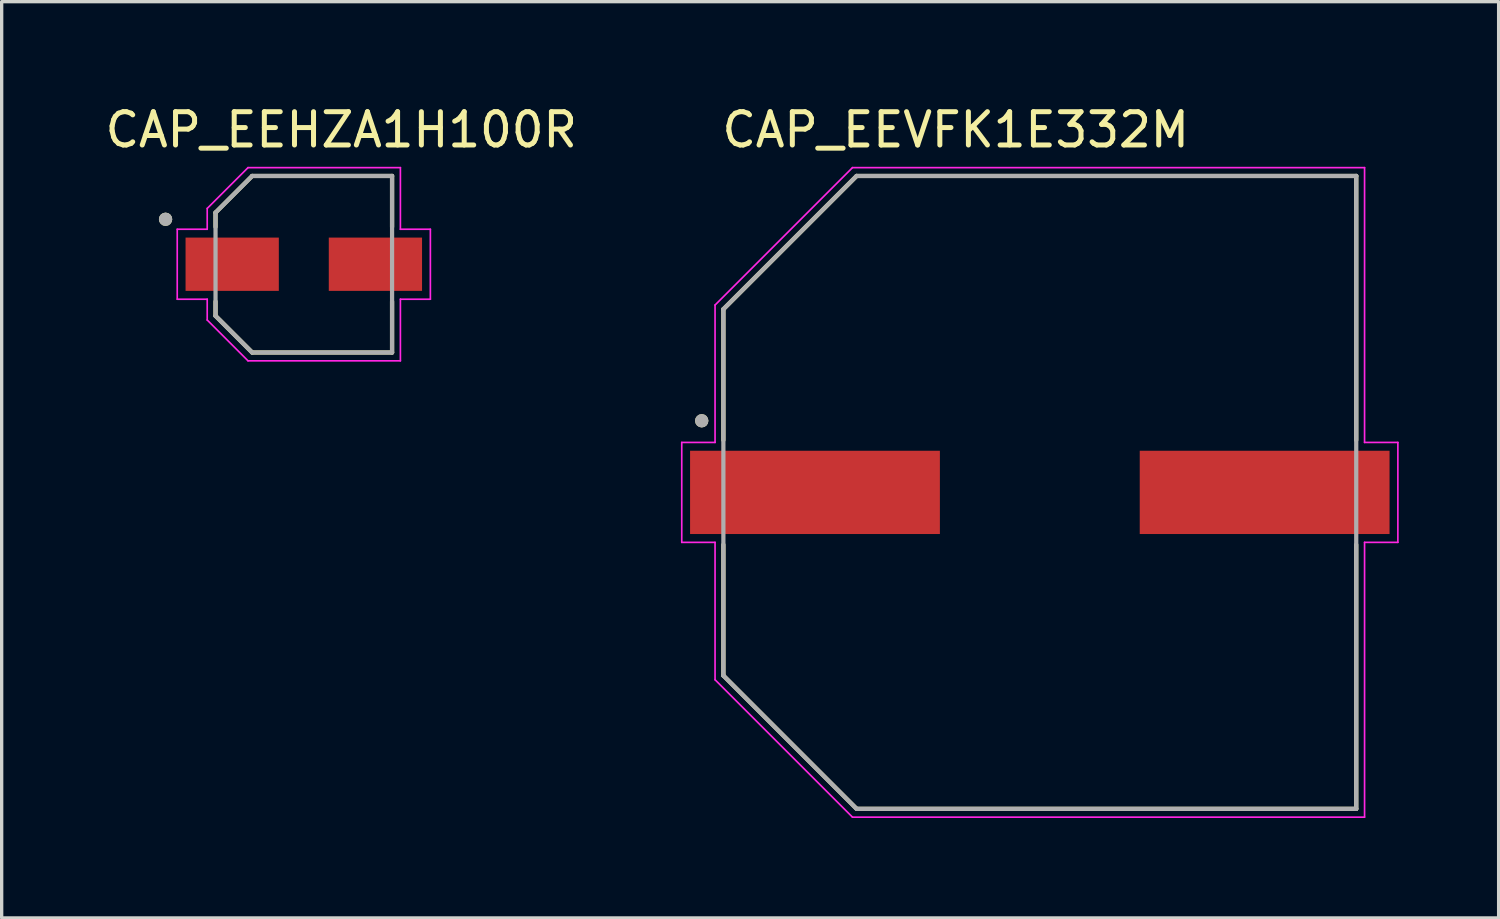
<source format=kicad_pcb>
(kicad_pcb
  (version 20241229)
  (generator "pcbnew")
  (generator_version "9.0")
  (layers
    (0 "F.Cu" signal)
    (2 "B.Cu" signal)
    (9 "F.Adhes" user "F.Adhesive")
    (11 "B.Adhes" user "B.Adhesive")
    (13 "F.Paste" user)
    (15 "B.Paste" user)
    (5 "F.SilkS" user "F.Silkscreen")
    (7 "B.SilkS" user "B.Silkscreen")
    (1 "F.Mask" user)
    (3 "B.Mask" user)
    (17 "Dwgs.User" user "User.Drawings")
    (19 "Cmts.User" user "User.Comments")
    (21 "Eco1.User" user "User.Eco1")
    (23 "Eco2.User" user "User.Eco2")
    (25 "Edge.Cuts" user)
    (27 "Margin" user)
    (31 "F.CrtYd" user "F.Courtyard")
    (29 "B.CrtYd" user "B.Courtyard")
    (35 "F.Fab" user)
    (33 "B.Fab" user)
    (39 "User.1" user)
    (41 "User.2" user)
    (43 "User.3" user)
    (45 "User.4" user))
  (footprint "CAP_EEHZA1H100R"
    (layer "F.Cu")
    (at 6.071 4.883)
    (property "Reference" "CAP_EEHZA1H100R" (at 1.125 -4.035 0) (layer "F.SilkS") (effects (font (size 1 1) (thickness 0.15))))
    (attr smd)
    (fp_line (start -2.65 -1.55) (end -2.65 -1.12) (stroke (width 0.127) (type solid)) (layer "F.SilkS"))
    (fp_line (start -2.65 1.12) (end -2.65 1.55) (stroke (width 0.127) (type solid)) (layer "F.SilkS"))
    (fp_line (start -2.65 1.55) (end -1.55 2.65) (stroke (width 0.127) (type solid)) (layer "F.SilkS"))
    (fp_line (start -1.55 -2.65) (end -2.65 -1.55) (stroke (width 0.127) (type solid)) (layer "F.SilkS"))
    (fp_line (start -1.55 2.65) (end 2.65 2.65) (stroke (width 0.127) (type solid)) (layer "F.SilkS"))
    (fp_line (start 2.65 -2.65) (end -1.55 -2.65) (stroke (width 0.127) (type solid)) (layer "F.SilkS"))
    (fp_line (start 2.65 -1.12) (end 2.65 -2.65) (stroke (width 0.127) (type solid)) (layer "F.SilkS"))
    (fp_line (start 2.65 2.65) (end 2.65 1.12) (stroke (width 0.127) (type solid)) (layer "F.SilkS"))
    (fp_circle (center -4.15 -1.35) (end -4.05 -1.35) (stroke (width 0.2) (type solid)) (fill no) (layer "F.SilkS"))
    (fp_line (start -3.8 -1.05) (end -2.9 -1.05) (stroke (width 0.05) (type solid)) (layer "F.CrtYd"))
    (fp_line (start -3.8 1.05) (end -3.8 -1.05) (stroke (width 0.05) (type solid)) (layer "F.CrtYd"))
    (fp_line (start -2.9 -1.675) (end -1.675 -2.9) (stroke (width 0.05) (type solid)) (layer "F.CrtYd"))
    (fp_line (start -2.9 -1.05) (end -2.9 -1.675) (stroke (width 0.05) (type solid)) (layer "F.CrtYd"))
    (fp_line (start -2.9 1.05) (end -3.8 1.05) (stroke (width 0.05) (type solid)) (layer "F.CrtYd"))
    (fp_line (start -2.9 1.675) (end -2.9 1.05) (stroke (width 0.05) (type solid)) (layer "F.CrtYd"))
    (fp_line (start -1.675 -2.9) (end 2.9 -2.9) (stroke (width 0.05) (type solid)) (layer "F.CrtYd"))
    (fp_line (start -1.675 2.9) (end -2.9 1.675) (stroke (width 0.05) (type solid)) (layer "F.CrtYd"))
    (fp_line (start 2.9 -2.9) (end 2.9 -1.05) (stroke (width 0.05) (type solid)) (layer "F.CrtYd"))
    (fp_line (start 2.9 -1.05) (end 3.8 -1.05) (stroke (width 0.05) (type solid)) (layer "F.CrtYd"))
    (fp_line (start 2.9 1.05) (end 2.9 2.9) (stroke (width 0.05) (type solid)) (layer "F.CrtYd"))
    (fp_line (start 2.9 2.9) (end -1.675 2.9) (stroke (width 0.05) (type solid)) (layer "F.CrtYd"))
    (fp_line (start 3.8 -1.05) (end 3.8 1.05) (stroke (width 0.05) (type solid)) (layer "F.CrtYd"))
    (fp_line (start 3.8 1.05) (end 2.9 1.05) (stroke (width 0.05) (type solid)) (layer "F.CrtYd"))
    (fp_line (start -2.65 -1.55) (end -2.65 1.55) (stroke (width 0.127) (type solid)) (layer "F.Fab"))
    (fp_line (start -2.65 1.55) (end -1.55 2.65) (stroke (width 0.127) (type solid)) (layer "F.Fab"))
    (fp_line (start -1.55 -2.65) (end -2.65 -1.55) (stroke (width 0.127) (type solid)) (layer "F.Fab"))
    (fp_line (start -1.55 2.65) (end 2.65 2.65) (stroke (width 0.127) (type solid)) (layer "F.Fab"))
    (fp_line (start 2.65 -2.65) (end -1.55 -2.65) (stroke (width 0.127) (type solid)) (layer "F.Fab"))
    (fp_line (start 2.65 2.65) (end 2.65 -2.65) (stroke (width 0.127) (type solid)) (layer "F.Fab"))
    (fp_circle (center -4.15 -1.35) (end -4.05 -1.35) (stroke (width 0.2) (type solid)) (fill no) (layer "F.Fab"))
    (pad "1" smd rect (at -2.15 0) (size 2.8 1.6) (layers "F.Cu" "F.Mask" "F.Paste"))
    (pad "2" smd rect (at 2.15 0) (size 2.8 1.6) (layers "F.Cu" "F.Mask" "F.Paste")))
  (footprint "CAP_EEVFK1E332M"
    (layer "F.Cu")
    (at 28.168 11.733)
    (property "Reference" "CAP_EEVFK1E332M" (at -2.525 -10.885 0) (layer "F.SilkS") (effects (font (size 1 1) (thickness 0.15))))
    (attr smd)
    (fp_line (start -9.5 -5.5) (end -9.5 -1.57) (stroke (width 0.127) (type solid)) (layer "F.SilkS"))
    (fp_line (start -9.5 1.57) (end -9.5 5.5) (stroke (width 0.127) (type solid)) (layer "F.SilkS"))
    (fp_line (start -9.5 5.5) (end -5.5 9.5) (stroke (width 0.127) (type solid)) (layer "F.SilkS"))
    (fp_line (start -5.5 -9.5) (end -9.5 -5.5) (stroke (width 0.127) (type solid)) (layer "F.SilkS"))
    (fp_line (start -5.5 9.5) (end 9.5 9.5) (stroke (width 0.127) (type solid)) (layer "F.SilkS"))
    (fp_line (start 9.5 -9.5) (end -5.5 -9.5) (stroke (width 0.127) (type solid)) (layer "F.SilkS"))
    (fp_line (start 9.5 -1.57) (end 9.5 -9.5) (stroke (width 0.127) (type solid)) (layer "F.SilkS"))
    (fp_line (start 9.5 9.5) (end 9.5 1.57) (stroke (width 0.127) (type solid)) (layer "F.SilkS"))
    (fp_circle (center -10.15 -2.15) (end -10.05 -2.15) (stroke (width 0.2) (type solid)) (fill no) (layer "F.SilkS"))
    (fp_line (start -10.75 -1.5) (end -9.75 -1.5) (stroke (width 0.05) (type solid)) (layer "F.CrtYd"))
    (fp_line (start -10.75 1.5) (end -10.75 -1.5) (stroke (width 0.05) (type solid)) (layer "F.CrtYd"))
    (fp_line (start -9.75 -5.625) (end -5.625 -9.75) (stroke (width 0.05) (type solid)) (layer "F.CrtYd"))
    (fp_line (start -9.75 -1.5) (end -9.75 -5.625) (stroke (width 0.05) (type solid)) (layer "F.CrtYd"))
    (fp_line (start -9.75 1.5) (end -10.75 1.5) (stroke (width 0.05) (type solid)) (layer "F.CrtYd"))
    (fp_line (start -9.75 5.625) (end -9.75 1.5) (stroke (width 0.05) (type solid)) (layer "F.CrtYd"))
    (fp_line (start -5.625 -9.75) (end 9.75 -9.75) (stroke (width 0.05) (type solid)) (layer "F.CrtYd"))
    (fp_line (start -5.625 9.75) (end -9.75 5.625) (stroke (width 0.05) (type solid)) (layer "F.CrtYd"))
    (fp_line (start 9.75 -9.75) (end 9.75 -1.5) (stroke (width 0.05) (type solid)) (layer "F.CrtYd"))
    (fp_line (start 9.75 -1.5) (end 10.75 -1.5) (stroke (width 0.05) (type solid)) (layer "F.CrtYd"))
    (fp_line (start 9.75 1.5) (end 9.75 9.75) (stroke (width 0.05) (type solid)) (layer "F.CrtYd"))
    (fp_line (start 9.75 9.75) (end -5.625 9.75) (stroke (width 0.05) (type solid)) (layer "F.CrtYd"))
    (fp_line (start 10.75 -1.5) (end 10.75 1.5) (stroke (width 0.05) (type solid)) (layer "F.CrtYd"))
    (fp_line (start 10.75 1.5) (end 9.75 1.5) (stroke (width 0.05) (type solid)) (layer "F.CrtYd"))
    (fp_line (start -9.5 -5.5) (end -9.5 5.5) (stroke (width 0.127) (type solid)) (layer "F.Fab"))
    (fp_line (start -9.5 5.5) (end -5.5 9.5) (stroke (width 0.127) (type solid)) (layer "F.Fab"))
    (fp_line (start -5.5 -9.5) (end -9.5 -5.5) (stroke (width 0.127) (type solid)) (layer "F.Fab"))
    (fp_line (start -5.5 9.5) (end 9.5 9.5) (stroke (width 0.127) (type solid)) (layer "F.Fab"))
    (fp_line (start 9.5 -9.5) (end -5.5 -9.5) (stroke (width 0.127) (type solid)) (layer "F.Fab"))
    (fp_line (start 9.5 9.5) (end 9.5 -9.5) (stroke (width 0.127) (type solid)) (layer "F.Fab"))
    (fp_circle (center -10.15 -2.15) (end -10.05 -2.15) (stroke (width 0.2) (type solid)) (fill no) (layer "F.Fab"))
    (pad "1" smd rect (at -6.75 0) (size 7.5 2.5) (layers "F.Cu" "F.Mask" "F.Paste"))
    (pad "2" smd rect (at 6.75 0) (size 7.5 2.5) (layers "F.Cu" "F.Mask" "F.Paste")))
  (gr_rect
    (start -3 -3)
    (end 41.943 24.508)
    (stroke (width 0.1) (type default))
    (fill no)
    (layer "Edge.Cuts")))
</source>
